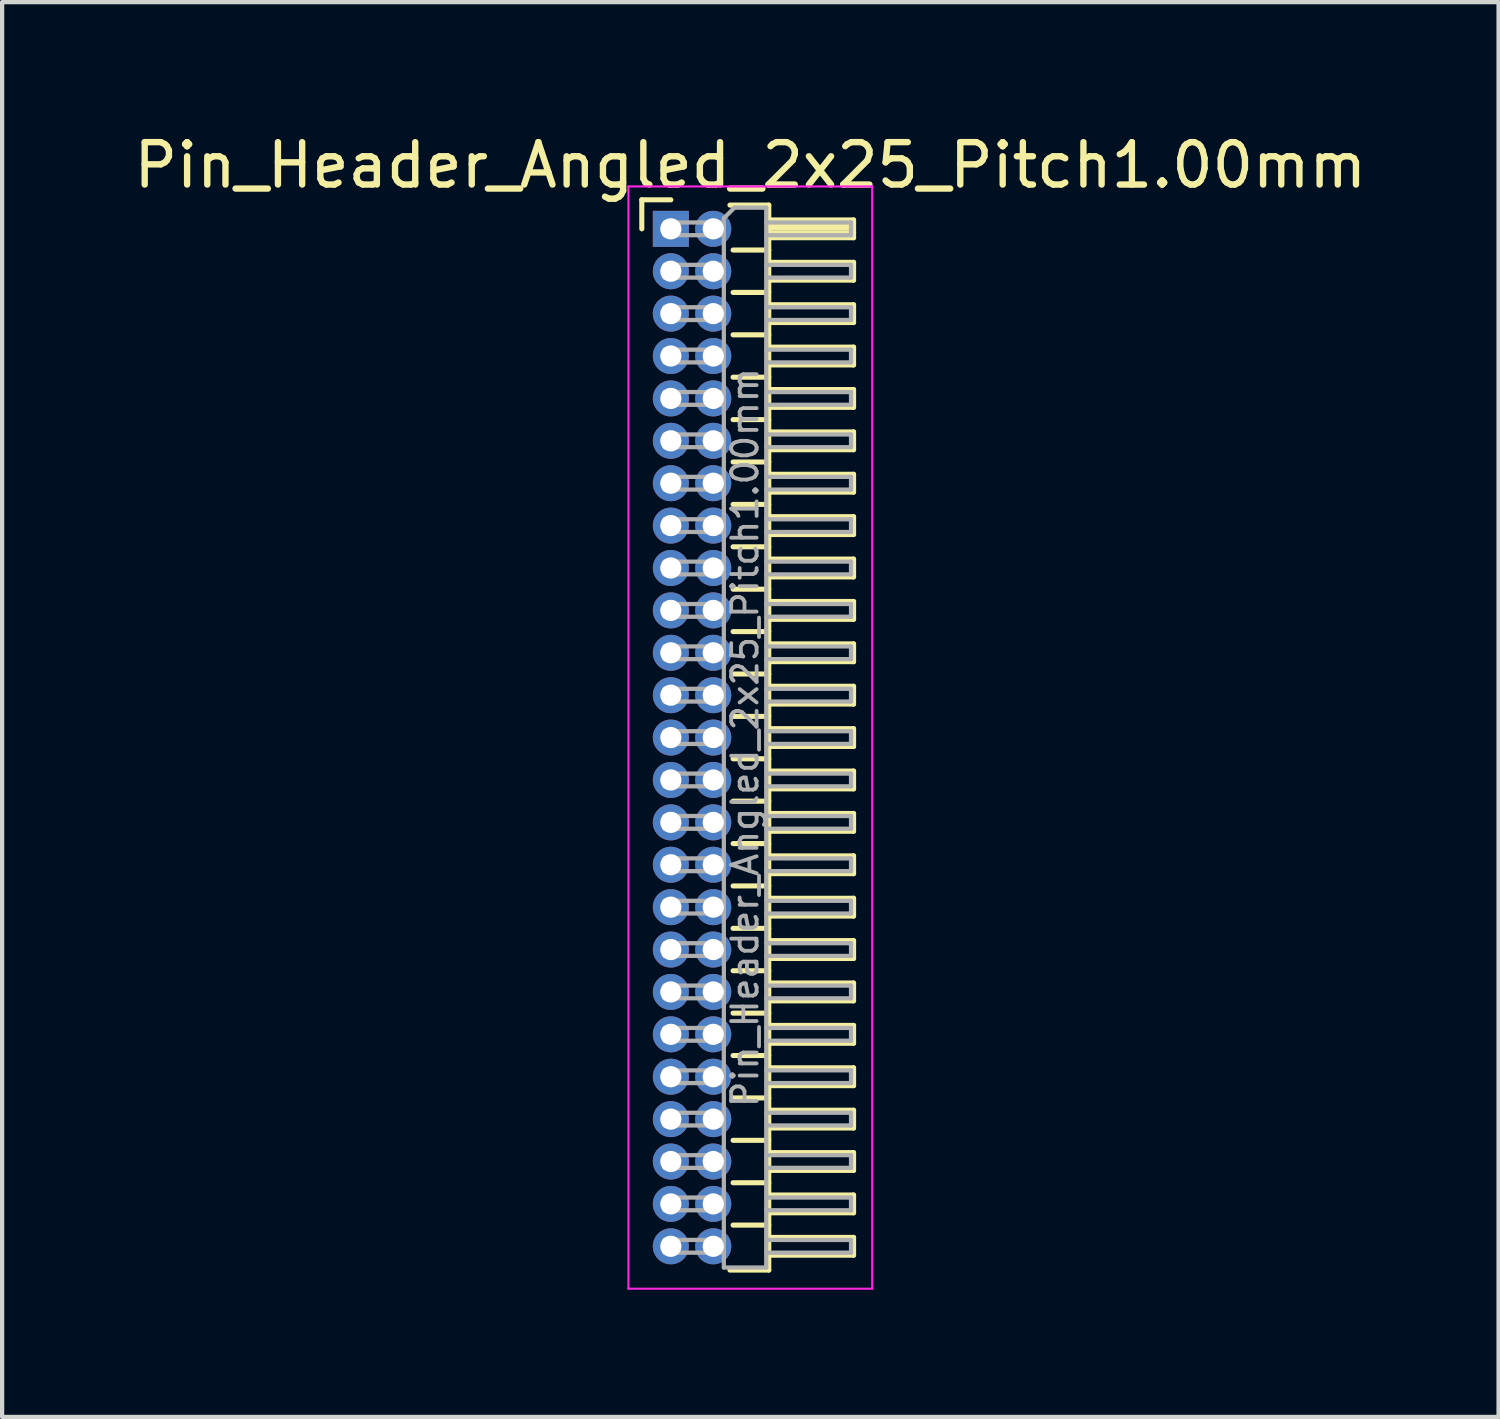
<source format=kicad_pcb>
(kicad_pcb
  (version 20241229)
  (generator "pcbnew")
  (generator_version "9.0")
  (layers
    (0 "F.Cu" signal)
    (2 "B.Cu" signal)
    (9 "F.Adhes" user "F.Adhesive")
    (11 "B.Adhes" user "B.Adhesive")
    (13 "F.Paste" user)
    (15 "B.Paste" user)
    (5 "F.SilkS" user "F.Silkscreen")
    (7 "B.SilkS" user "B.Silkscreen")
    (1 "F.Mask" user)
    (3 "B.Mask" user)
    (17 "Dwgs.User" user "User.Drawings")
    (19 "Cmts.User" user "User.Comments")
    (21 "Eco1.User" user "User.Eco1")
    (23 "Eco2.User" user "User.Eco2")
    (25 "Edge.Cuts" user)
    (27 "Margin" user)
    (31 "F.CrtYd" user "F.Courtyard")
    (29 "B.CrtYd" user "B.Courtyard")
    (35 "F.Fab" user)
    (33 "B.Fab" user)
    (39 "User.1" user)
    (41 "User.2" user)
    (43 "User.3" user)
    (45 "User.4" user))
  (footprint "Pin_Header_Angled_2x25_Pitch1.00mm"
    (layer "F.Cu")
    (at 12.774 2.348)
    (property "Reference" "Pin_Header_Angled_2x25_Pitch1.00mm" (at 1.875 -1.5 0) (layer "F.SilkS") (effects (font (size 1 1) (thickness 0.15))))
    (attr through_hole)
    (fp_line (start -0.685 -0.685) (end 0 -0.685) (stroke (width 0.12) (type solid)) (layer "F.SilkS"))
    (fp_line (start -0.685 0) (end -0.685 -0.685) (stroke (width 0.12) (type solid)) (layer "F.SilkS"))
    (fp_line (start 1.394 -0.56) (end 2.31 -0.56) (stroke (width 0.12) (type solid)) (layer "F.SilkS"))
    (fp_line (start 1.468 0.5) (end 2.31 0.5) (stroke (width 0.12) (type solid)) (layer "F.SilkS"))
    (fp_line (start 1.468 1.5) (end 2.31 1.5) (stroke (width 0.12) (type solid)) (layer "F.SilkS"))
    (fp_line (start 1.468 2.5) (end 2.31 2.5) (stroke (width 0.12) (type solid)) (layer "F.SilkS"))
    (fp_line (start 1.468 3.5) (end 2.31 3.5) (stroke (width 0.12) (type solid)) (layer "F.SilkS"))
    (fp_line (start 1.468 4.5) (end 2.31 4.5) (stroke (width 0.12) (type solid)) (layer "F.SilkS"))
    (fp_line (start 1.468 5.5) (end 2.31 5.5) (stroke (width 0.12) (type solid)) (layer "F.SilkS"))
    (fp_line (start 1.468 6.5) (end 2.31 6.5) (stroke (width 0.12) (type solid)) (layer "F.SilkS"))
    (fp_line (start 1.468 7.5) (end 2.31 7.5) (stroke (width 0.12) (type solid)) (layer "F.SilkS"))
    (fp_line (start 1.468 8.5) (end 2.31 8.5) (stroke (width 0.12) (type solid)) (layer "F.SilkS"))
    (fp_line (start 1.468 9.5) (end 2.31 9.5) (stroke (width 0.12) (type solid)) (layer "F.SilkS"))
    (fp_line (start 1.468 10.5) (end 2.31 10.5) (stroke (width 0.12) (type solid)) (layer "F.SilkS"))
    (fp_line (start 1.468 11.5) (end 2.31 11.5) (stroke (width 0.12) (type solid)) (layer "F.SilkS"))
    (fp_line (start 1.468 12.5) (end 2.31 12.5) (stroke (width 0.12) (type solid)) (layer "F.SilkS"))
    (fp_line (start 1.468 13.5) (end 2.31 13.5) (stroke (width 0.12) (type solid)) (layer "F.SilkS"))
    (fp_line (start 1.468 14.5) (end 2.31 14.5) (stroke (width 0.12) (type solid)) (layer "F.SilkS"))
    (fp_line (start 1.468 15.5) (end 2.31 15.5) (stroke (width 0.12) (type solid)) (layer "F.SilkS"))
    (fp_line (start 1.468 16.5) (end 2.31 16.5) (stroke (width 0.12) (type solid)) (layer "F.SilkS"))
    (fp_line (start 1.468 17.5) (end 2.31 17.5) (stroke (width 0.12) (type solid)) (layer "F.SilkS"))
    (fp_line (start 1.468 18.5) (end 2.31 18.5) (stroke (width 0.12) (type solid)) (layer "F.SilkS"))
    (fp_line (start 1.468 19.5) (end 2.31 19.5) (stroke (width 0.12) (type solid)) (layer "F.SilkS"))
    (fp_line (start 1.468 20.5) (end 2.31 20.5) (stroke (width 0.12) (type solid)) (layer "F.SilkS"))
    (fp_line (start 1.468 21.5) (end 2.31 21.5) (stroke (width 0.12) (type solid)) (layer "F.SilkS"))
    (fp_line (start 1.468 22.5) (end 2.31 22.5) (stroke (width 0.12) (type solid)) (layer "F.SilkS"))
    (fp_line (start 1.468 23.5) (end 2.31 23.5) (stroke (width 0.12) (type solid)) (layer "F.SilkS"))
    (fp_line (start 2.31 -0.56) (end 2.31 24.56) (stroke (width 0.12) (type solid)) (layer "F.SilkS"))
    (fp_line (start 2.31 -0.21) (end 4.31 -0.21) (stroke (width 0.12) (type solid)) (layer "F.SilkS"))
    (fp_line (start 2.31 -0.15) (end 4.31 -0.15) (stroke (width 0.12) (type solid)) (layer "F.SilkS"))
    (fp_line (start 2.31 -0.03) (end 4.31 -0.03) (stroke (width 0.12) (type solid)) (layer "F.SilkS"))
    (fp_line (start 2.31 0.09) (end 4.31 0.09) (stroke (width 0.12) (type solid)) (layer "F.SilkS"))
    (fp_line (start 2.31 0.79) (end 4.31 0.79) (stroke (width 0.12) (type solid)) (layer "F.SilkS"))
    (fp_line (start 2.31 1.79) (end 4.31 1.79) (stroke (width 0.12) (type solid)) (layer "F.SilkS"))
    (fp_line (start 2.31 2.79) (end 4.31 2.79) (stroke (width 0.12) (type solid)) (layer "F.SilkS"))
    (fp_line (start 2.31 3.79) (end 4.31 3.79) (stroke (width 0.12) (type solid)) (layer "F.SilkS"))
    (fp_line (start 2.31 4.79) (end 4.31 4.79) (stroke (width 0.12) (type solid)) (layer "F.SilkS"))
    (fp_line (start 2.31 5.79) (end 4.31 5.79) (stroke (width 0.12) (type solid)) (layer "F.SilkS"))
    (fp_line (start 2.31 6.79) (end 4.31 6.79) (stroke (width 0.12) (type solid)) (layer "F.SilkS"))
    (fp_line (start 2.31 7.79) (end 4.31 7.79) (stroke (width 0.12) (type solid)) (layer "F.SilkS"))
    (fp_line (start 2.31 8.79) (end 4.31 8.79) (stroke (width 0.12) (type solid)) (layer "F.SilkS"))
    (fp_line (start 2.31 9.79) (end 4.31 9.79) (stroke (width 0.12) (type solid)) (layer "F.SilkS"))
    (fp_line (start 2.31 10.79) (end 4.31 10.79) (stroke (width 0.12) (type solid)) (layer "F.SilkS"))
    (fp_line (start 2.31 11.79) (end 4.31 11.79) (stroke (width 0.12) (type solid)) (layer "F.SilkS"))
    (fp_line (start 2.31 12.79) (end 4.31 12.79) (stroke (width 0.12) (type solid)) (layer "F.SilkS"))
    (fp_line (start 2.31 13.79) (end 4.31 13.79) (stroke (width 0.12) (type solid)) (layer "F.SilkS"))
    (fp_line (start 2.31 14.79) (end 4.31 14.79) (stroke (width 0.12) (type solid)) (layer "F.SilkS"))
    (fp_line (start 2.31 15.79) (end 4.31 15.79) (stroke (width 0.12) (type solid)) (layer "F.SilkS"))
    (fp_line (start 2.31 16.79) (end 4.31 16.79) (stroke (width 0.12) (type solid)) (layer "F.SilkS"))
    (fp_line (start 2.31 17.79) (end 4.31 17.79) (stroke (width 0.12) (type solid)) (layer "F.SilkS"))
    (fp_line (start 2.31 18.79) (end 4.31 18.79) (stroke (width 0.12) (type solid)) (layer "F.SilkS"))
    (fp_line (start 2.31 19.79) (end 4.31 19.79) (stroke (width 0.12) (type solid)) (layer "F.SilkS"))
    (fp_line (start 2.31 20.79) (end 4.31 20.79) (stroke (width 0.12) (type solid)) (layer "F.SilkS"))
    (fp_line (start 2.31 21.79) (end 4.31 21.79) (stroke (width 0.12) (type solid)) (layer "F.SilkS"))
    (fp_line (start 2.31 22.79) (end 4.31 22.79) (stroke (width 0.12) (type solid)) (layer "F.SilkS"))
    (fp_line (start 2.31 23.79) (end 4.31 23.79) (stroke (width 0.12) (type solid)) (layer "F.SilkS"))
    (fp_line (start 2.31 24.56) (end 1.394 24.56) (stroke (width 0.12) (type solid)) (layer "F.SilkS"))
    (fp_line (start 4.31 -0.21) (end 4.31 0.21) (stroke (width 0.12) (type solid)) (layer "F.SilkS"))
    (fp_line (start 4.31 0.21) (end 2.31 0.21) (stroke (width 0.12) (type solid)) (layer "F.SilkS"))
    (fp_line (start 4.31 0.79) (end 4.31 1.21) (stroke (width 0.12) (type solid)) (layer "F.SilkS"))
    (fp_line (start 4.31 1.21) (end 2.31 1.21) (stroke (width 0.12) (type solid)) (layer "F.SilkS"))
    (fp_line (start 4.31 1.79) (end 4.31 2.21) (stroke (width 0.12) (type solid)) (layer "F.SilkS"))
    (fp_line (start 4.31 2.21) (end 2.31 2.21) (stroke (width 0.12) (type solid)) (layer "F.SilkS"))
    (fp_line (start 4.31 2.79) (end 4.31 3.21) (stroke (width 0.12) (type solid)) (layer "F.SilkS"))
    (fp_line (start 4.31 3.21) (end 2.31 3.21) (stroke (width 0.12) (type solid)) (layer "F.SilkS"))
    (fp_line (start 4.31 3.79) (end 4.31 4.21) (stroke (width 0.12) (type solid)) (layer "F.SilkS"))
    (fp_line (start 4.31 4.21) (end 2.31 4.21) (stroke (width 0.12) (type solid)) (layer "F.SilkS"))
    (fp_line (start 4.31 4.79) (end 4.31 5.21) (stroke (width 0.12) (type solid)) (layer "F.SilkS"))
    (fp_line (start 4.31 5.21) (end 2.31 5.21) (stroke (width 0.12) (type solid)) (layer "F.SilkS"))
    (fp_line (start 4.31 5.79) (end 4.31 6.21) (stroke (width 0.12) (type solid)) (layer "F.SilkS"))
    (fp_line (start 4.31 6.21) (end 2.31 6.21) (stroke (width 0.12) (type solid)) (layer "F.SilkS"))
    (fp_line (start 4.31 6.79) (end 4.31 7.21) (stroke (width 0.12) (type solid)) (layer "F.SilkS"))
    (fp_line (start 4.31 7.21) (end 2.31 7.21) (stroke (width 0.12) (type solid)) (layer "F.SilkS"))
    (fp_line (start 4.31 7.79) (end 4.31 8.21) (stroke (width 0.12) (type solid)) (layer "F.SilkS"))
    (fp_line (start 4.31 8.21) (end 2.31 8.21) (stroke (width 0.12) (type solid)) (layer "F.SilkS"))
    (fp_line (start 4.31 8.79) (end 4.31 9.21) (stroke (width 0.12) (type solid)) (layer "F.SilkS"))
    (fp_line (start 4.31 9.21) (end 2.31 9.21) (stroke (width 0.12) (type solid)) (layer "F.SilkS"))
    (fp_line (start 4.31 9.79) (end 4.31 10.21) (stroke (width 0.12) (type solid)) (layer "F.SilkS"))
    (fp_line (start 4.31 10.21) (end 2.31 10.21) (stroke (width 0.12) (type solid)) (layer "F.SilkS"))
    (fp_line (start 4.31 10.79) (end 4.31 11.21) (stroke (width 0.12) (type solid)) (layer "F.SilkS"))
    (fp_line (start 4.31 11.21) (end 2.31 11.21) (stroke (width 0.12) (type solid)) (layer "F.SilkS"))
    (fp_line (start 4.31 11.79) (end 4.31 12.21) (stroke (width 0.12) (type solid)) (layer "F.SilkS"))
    (fp_line (start 4.31 12.21) (end 2.31 12.21) (stroke (width 0.12) (type solid)) (layer "F.SilkS"))
    (fp_line (start 4.31 12.79) (end 4.31 13.21) (stroke (width 0.12) (type solid)) (layer "F.SilkS"))
    (fp_line (start 4.31 13.21) (end 2.31 13.21) (stroke (width 0.12) (type solid)) (layer "F.SilkS"))
    (fp_line (start 4.31 13.79) (end 4.31 14.21) (stroke (width 0.12) (type solid)) (layer "F.SilkS"))
    (fp_line (start 4.31 14.21) (end 2.31 14.21) (stroke (width 0.12) (type solid)) (layer "F.SilkS"))
    (fp_line (start 4.31 14.79) (end 4.31 15.21) (stroke (width 0.12) (type solid)) (layer "F.SilkS"))
    (fp_line (start 4.31 15.21) (end 2.31 15.21) (stroke (width 0.12) (type solid)) (layer "F.SilkS"))
    (fp_line (start 4.31 15.79) (end 4.31 16.21) (stroke (width 0.12) (type solid)) (layer "F.SilkS"))
    (fp_line (start 4.31 16.21) (end 2.31 16.21) (stroke (width 0.12) (type solid)) (layer "F.SilkS"))
    (fp_line (start 4.31 16.79) (end 4.31 17.21) (stroke (width 0.12) (type solid)) (layer "F.SilkS"))
    (fp_line (start 4.31 17.21) (end 2.31 17.21) (stroke (width 0.12) (type solid)) (layer "F.SilkS"))
    (fp_line (start 4.31 17.79) (end 4.31 18.21) (stroke (width 0.12) (type solid)) (layer "F.SilkS"))
    (fp_line (start 4.31 18.21) (end 2.31 18.21) (stroke (width 0.12) (type solid)) (layer "F.SilkS"))
    (fp_line (start 4.31 18.79) (end 4.31 19.21) (stroke (width 0.12) (type solid)) (layer "F.SilkS"))
    (fp_line (start 4.31 19.21) (end 2.31 19.21) (stroke (width 0.12) (type solid)) (layer "F.SilkS"))
    (fp_line (start 4.31 19.79) (end 4.31 20.21) (stroke (width 0.12) (type solid)) (layer "F.SilkS"))
    (fp_line (start 4.31 20.21) (end 2.31 20.21) (stroke (width 0.12) (type solid)) (layer "F.SilkS"))
    (fp_line (start 4.31 20.79) (end 4.31 21.21) (stroke (width 0.12) (type solid)) (layer "F.SilkS"))
    (fp_line (start 4.31 21.21) (end 2.31 21.21) (stroke (width 0.12) (type solid)) (layer "F.SilkS"))
    (fp_line (start 4.31 21.79) (end 4.31 22.21) (stroke (width 0.12) (type solid)) (layer "F.SilkS"))
    (fp_line (start 4.31 22.21) (end 2.31 22.21) (stroke (width 0.12) (type solid)) (layer "F.SilkS"))
    (fp_line (start 4.31 22.79) (end 4.31 23.21) (stroke (width 0.12) (type solid)) (layer "F.SilkS"))
    (fp_line (start 4.31 23.21) (end 2.31 23.21) (stroke (width 0.12) (type solid)) (layer "F.SilkS"))
    (fp_line (start 4.31 23.79) (end 4.31 24.21) (stroke (width 0.12) (type solid)) (layer "F.SilkS"))
    (fp_line (start 4.31 24.21) (end 2.31 24.21) (stroke (width 0.12) (type solid)) (layer "F.SilkS"))
    (fp_line (start -1 -1) (end -1 25) (stroke (width 0.05) (type solid)) (layer "F.CrtYd"))
    (fp_line (start -1 25) (end 4.75 25) (stroke (width 0.05) (type solid)) (layer "F.CrtYd"))
    (fp_line (start 4.75 -1) (end -1 -1) (stroke (width 0.05) (type solid)) (layer "F.CrtYd"))
    (fp_line (start 4.75 25) (end 4.75 -1) (stroke (width 0.05) (type solid)) (layer "F.CrtYd"))
    (fp_line (start -0.15 -0.15) (end -0.15 0.15) (stroke (width 0.1) (type solid)) (layer "F.Fab"))
    (fp_line (start -0.15 -0.15) (end 1.25 -0.15) (stroke (width 0.1) (type solid)) (layer "F.Fab"))
    (fp_line (start -0.15 0.15) (end 1.25 0.15) (stroke (width 0.1) (type solid)) (layer "F.Fab"))
    (fp_line (start -0.15 0.85) (end -0.15 1.15) (stroke (width 0.1) (type solid)) (layer "F.Fab"))
    (fp_line (start -0.15 0.85) (end 1.25 0.85) (stroke (width 0.1) (type solid)) (layer "F.Fab"))
    (fp_line (start -0.15 1.15) (end 1.25 1.15) (stroke (width 0.1) (type solid)) (layer "F.Fab"))
    (fp_line (start -0.15 1.85) (end -0.15 2.15) (stroke (width 0.1) (type solid)) (layer "F.Fab"))
    (fp_line (start -0.15 1.85) (end 1.25 1.85) (stroke (width 0.1) (type solid)) (layer "F.Fab"))
    (fp_line (start -0.15 2.15) (end 1.25 2.15) (stroke (width 0.1) (type solid)) (layer "F.Fab"))
    (fp_line (start -0.15 2.85) (end -0.15 3.15) (stroke (width 0.1) (type solid)) (layer "F.Fab"))
    (fp_line (start -0.15 2.85) (end 1.25 2.85) (stroke (width 0.1) (type solid)) (layer "F.Fab"))
    (fp_line (start -0.15 3.15) (end 1.25 3.15) (stroke (width 0.1) (type solid)) (layer "F.Fab"))
    (fp_line (start -0.15 3.85) (end -0.15 4.15) (stroke (width 0.1) (type solid)) (layer "F.Fab"))
    (fp_line (start -0.15 3.85) (end 1.25 3.85) (stroke (width 0.1) (type solid)) (layer "F.Fab"))
    (fp_line (start -0.15 4.15) (end 1.25 4.15) (stroke (width 0.1) (type solid)) (layer "F.Fab"))
    (fp_line (start -0.15 4.85) (end -0.15 5.15) (stroke (width 0.1) (type solid)) (layer "F.Fab"))
    (fp_line (start -0.15 4.85) (end 1.25 4.85) (stroke (width 0.1) (type solid)) (layer "F.Fab"))
    (fp_line (start -0.15 5.15) (end 1.25 5.15) (stroke (width 0.1) (type solid)) (layer "F.Fab"))
    (fp_line (start -0.15 5.85) (end -0.15 6.15) (stroke (width 0.1) (type solid)) (layer "F.Fab"))
    (fp_line (start -0.15 5.85) (end 1.25 5.85) (stroke (width 0.1) (type solid)) (layer "F.Fab"))
    (fp_line (start -0.15 6.15) (end 1.25 6.15) (stroke (width 0.1) (type solid)) (layer "F.Fab"))
    (fp_line (start -0.15 6.85) (end -0.15 7.15) (stroke (width 0.1) (type solid)) (layer "F.Fab"))
    (fp_line (start -0.15 6.85) (end 1.25 6.85) (stroke (width 0.1) (type solid)) (layer "F.Fab"))
    (fp_line (start -0.15 7.15) (end 1.25 7.15) (stroke (width 0.1) (type solid)) (layer "F.Fab"))
    (fp_line (start -0.15 7.85) (end -0.15 8.15) (stroke (width 0.1) (type solid)) (layer "F.Fab"))
    (fp_line (start -0.15 7.85) (end 1.25 7.85) (stroke (width 0.1) (type solid)) (layer "F.Fab"))
    (fp_line (start -0.15 8.15) (end 1.25 8.15) (stroke (width 0.1) (type solid)) (layer "F.Fab"))
    (fp_line (start -0.15 8.85) (end -0.15 9.15) (stroke (width 0.1) (type solid)) (layer "F.Fab"))
    (fp_line (start -0.15 8.85) (end 1.25 8.85) (stroke (width 0.1) (type solid)) (layer "F.Fab"))
    (fp_line (start -0.15 9.15) (end 1.25 9.15) (stroke (width 0.1) (type solid)) (layer "F.Fab"))
    (fp_line (start -0.15 9.85) (end -0.15 10.15) (stroke (width 0.1) (type solid)) (layer "F.Fab"))
    (fp_line (start -0.15 9.85) (end 1.25 9.85) (stroke (width 0.1) (type solid)) (layer "F.Fab"))
    (fp_line (start -0.15 10.15) (end 1.25 10.15) (stroke (width 0.1) (type solid)) (layer "F.Fab"))
    (fp_line (start -0.15 10.85) (end -0.15 11.15) (stroke (width 0.1) (type solid)) (layer "F.Fab"))
    (fp_line (start -0.15 10.85) (end 1.25 10.85) (stroke (width 0.1) (type solid)) (layer "F.Fab"))
    (fp_line (start -0.15 11.15) (end 1.25 11.15) (stroke (width 0.1) (type solid)) (layer "F.Fab"))
    (fp_line (start -0.15 11.85) (end -0.15 12.15) (stroke (width 0.1) (type solid)) (layer "F.Fab"))
    (fp_line (start -0.15 11.85) (end 1.25 11.85) (stroke (width 0.1) (type solid)) (layer "F.Fab"))
    (fp_line (start -0.15 12.15) (end 1.25 12.15) (stroke (width 0.1) (type solid)) (layer "F.Fab"))
    (fp_line (start -0.15 12.85) (end -0.15 13.15) (stroke (width 0.1) (type solid)) (layer "F.Fab"))
    (fp_line (start -0.15 12.85) (end 1.25 12.85) (stroke (width 0.1) (type solid)) (layer "F.Fab"))
    (fp_line (start -0.15 13.15) (end 1.25 13.15) (stroke (width 0.1) (type solid)) (layer "F.Fab"))
    (fp_line (start -0.15 13.85) (end -0.15 14.15) (stroke (width 0.1) (type solid)) (layer "F.Fab"))
    (fp_line (start -0.15 13.85) (end 1.25 13.85) (stroke (width 0.1) (type solid)) (layer "F.Fab"))
    (fp_line (start -0.15 14.15) (end 1.25 14.15) (stroke (width 0.1) (type solid)) (layer "F.Fab"))
    (fp_line (start -0.15 14.85) (end -0.15 15.15) (stroke (width 0.1) (type solid)) (layer "F.Fab"))
    (fp_line (start -0.15 14.85) (end 1.25 14.85) (stroke (width 0.1) (type solid)) (layer "F.Fab"))
    (fp_line (start -0.15 15.15) (end 1.25 15.15) (stroke (width 0.1) (type solid)) (layer "F.Fab"))
    (fp_line (start -0.15 15.85) (end -0.15 16.15) (stroke (width 0.1) (type solid)) (layer "F.Fab"))
    (fp_line (start -0.15 15.85) (end 1.25 15.85) (stroke (width 0.1) (type solid)) (layer "F.Fab"))
    (fp_line (start -0.15 16.15) (end 1.25 16.15) (stroke (width 0.1) (type solid)) (layer "F.Fab"))
    (fp_line (start -0.15 16.85) (end -0.15 17.15) (stroke (width 0.1) (type solid)) (layer "F.Fab"))
    (fp_line (start -0.15 16.85) (end 1.25 16.85) (stroke (width 0.1) (type solid)) (layer "F.Fab"))
    (fp_line (start -0.15 17.15) (end 1.25 17.15) (stroke (width 0.1) (type solid)) (layer "F.Fab"))
    (fp_line (start -0.15 17.85) (end -0.15 18.15) (stroke (width 0.1) (type solid)) (layer "F.Fab"))
    (fp_line (start -0.15 17.85) (end 1.25 17.85) (stroke (width 0.1) (type solid)) (layer "F.Fab"))
    (fp_line (start -0.15 18.15) (end 1.25 18.15) (stroke (width 0.1) (type solid)) (layer "F.Fab"))
    (fp_line (start -0.15 18.85) (end -0.15 19.15) (stroke (width 0.1) (type solid)) (layer "F.Fab"))
    (fp_line (start -0.15 18.85) (end 1.25 18.85) (stroke (width 0.1) (type solid)) (layer "F.Fab"))
    (fp_line (start -0.15 19.15) (end 1.25 19.15) (stroke (width 0.1) (type solid)) (layer "F.Fab"))
    (fp_line (start -0.15 19.85) (end -0.15 20.15) (stroke (width 0.1) (type solid)) (layer "F.Fab"))
    (fp_line (start -0.15 19.85) (end 1.25 19.85) (stroke (width 0.1) (type solid)) (layer "F.Fab"))
    (fp_line (start -0.15 20.15) (end 1.25 20.15) (stroke (width 0.1) (type solid)) (layer "F.Fab"))
    (fp_line (start -0.15 20.85) (end -0.15 21.15) (stroke (width 0.1) (type solid)) (layer "F.Fab"))
    (fp_line (start -0.15 20.85) (end 1.25 20.85) (stroke (width 0.1) (type solid)) (layer "F.Fab"))
    (fp_line (start -0.15 21.15) (end 1.25 21.15) (stroke (width 0.1) (type solid)) (layer "F.Fab"))
    (fp_line (start -0.15 21.85) (end -0.15 22.15) (stroke (width 0.1) (type solid)) (layer "F.Fab"))
    (fp_line (start -0.15 21.85) (end 1.25 21.85) (stroke (width 0.1) (type solid)) (layer "F.Fab"))
    (fp_line (start -0.15 22.15) (end 1.25 22.15) (stroke (width 0.1) (type solid)) (layer "F.Fab"))
    (fp_line (start -0.15 22.85) (end -0.15 23.15) (stroke (width 0.1) (type solid)) (layer "F.Fab"))
    (fp_line (start -0.15 22.85) (end 1.25 22.85) (stroke (width 0.1) (type solid)) (layer "F.Fab"))
    (fp_line (start -0.15 23.15) (end 1.25 23.15) (stroke (width 0.1) (type solid)) (layer "F.Fab"))
    (fp_line (start -0.15 23.85) (end -0.15 24.15) (stroke (width 0.1) (type solid)) (layer "F.Fab"))
    (fp_line (start -0.15 23.85) (end 1.25 23.85) (stroke (width 0.1) (type solid)) (layer "F.Fab"))
    (fp_line (start -0.15 24.15) (end 1.25 24.15) (stroke (width 0.1) (type solid)) (layer "F.Fab"))
    (fp_line (start 1.25 -0.25) (end 1.5 -0.5) (stroke (width 0.1) (type solid)) (layer "F.Fab"))
    (fp_line (start 1.25 24.5) (end 1.25 -0.25) (stroke (width 0.1) (type solid)) (layer "F.Fab"))
    (fp_line (start 1.5 -0.5) (end 2.25 -0.5) (stroke (width 0.1) (type solid)) (layer "F.Fab"))
    (fp_line (start 2.25 -0.5) (end 2.25 24.5) (stroke (width 0.1) (type solid)) (layer "F.Fab"))
    (fp_line (start 2.25 -0.15) (end 4.25 -0.15) (stroke (width 0.1) (type solid)) (layer "F.Fab"))
    (fp_line (start 2.25 0.15) (end 4.25 0.15) (stroke (width 0.1) (type solid)) (layer "F.Fab"))
    (fp_line (start 2.25 0.85) (end 4.25 0.85) (stroke (width 0.1) (type solid)) (layer "F.Fab"))
    (fp_line (start 2.25 1.15) (end 4.25 1.15) (stroke (width 0.1) (type solid)) (layer "F.Fab"))
    (fp_line (start 2.25 1.85) (end 4.25 1.85) (stroke (width 0.1) (type solid)) (layer "F.Fab"))
    (fp_line (start 2.25 2.15) (end 4.25 2.15) (stroke (width 0.1) (type solid)) (layer "F.Fab"))
    (fp_line (start 2.25 2.85) (end 4.25 2.85) (stroke (width 0.1) (type solid)) (layer "F.Fab"))
    (fp_line (start 2.25 3.15) (end 4.25 3.15) (stroke (width 0.1) (type solid)) (layer "F.Fab"))
    (fp_line (start 2.25 3.85) (end 4.25 3.85) (stroke (width 0.1) (type solid)) (layer "F.Fab"))
    (fp_line (start 2.25 4.15) (end 4.25 4.15) (stroke (width 0.1) (type solid)) (layer "F.Fab"))
    (fp_line (start 2.25 4.85) (end 4.25 4.85) (stroke (width 0.1) (type solid)) (layer "F.Fab"))
    (fp_line (start 2.25 5.15) (end 4.25 5.15) (stroke (width 0.1) (type solid)) (layer "F.Fab"))
    (fp_line (start 2.25 5.85) (end 4.25 5.85) (stroke (width 0.1) (type solid)) (layer "F.Fab"))
    (fp_line (start 2.25 6.15) (end 4.25 6.15) (stroke (width 0.1) (type solid)) (layer "F.Fab"))
    (fp_line (start 2.25 6.85) (end 4.25 6.85) (stroke (width 0.1) (type solid)) (layer "F.Fab"))
    (fp_line (start 2.25 7.15) (end 4.25 7.15) (stroke (width 0.1) (type solid)) (layer "F.Fab"))
    (fp_line (start 2.25 7.85) (end 4.25 7.85) (stroke (width 0.1) (type solid)) (layer "F.Fab"))
    (fp_line (start 2.25 8.15) (end 4.25 8.15) (stroke (width 0.1) (type solid)) (layer "F.Fab"))
    (fp_line (start 2.25 8.85) (end 4.25 8.85) (stroke (width 0.1) (type solid)) (layer "F.Fab"))
    (fp_line (start 2.25 9.15) (end 4.25 9.15) (stroke (width 0.1) (type solid)) (layer "F.Fab"))
    (fp_line (start 2.25 9.85) (end 4.25 9.85) (stroke (width 0.1) (type solid)) (layer "F.Fab"))
    (fp_line (start 2.25 10.15) (end 4.25 10.15) (stroke (width 0.1) (type solid)) (layer "F.Fab"))
    (fp_line (start 2.25 10.85) (end 4.25 10.85) (stroke (width 0.1) (type solid)) (layer "F.Fab"))
    (fp_line (start 2.25 11.15) (end 4.25 11.15) (stroke (width 0.1) (type solid)) (layer "F.Fab"))
    (fp_line (start 2.25 11.85) (end 4.25 11.85) (stroke (width 0.1) (type solid)) (layer "F.Fab"))
    (fp_line (start 2.25 12.15) (end 4.25 12.15) (stroke (width 0.1) (type solid)) (layer "F.Fab"))
    (fp_line (start 2.25 12.85) (end 4.25 12.85) (stroke (width 0.1) (type solid)) (layer "F.Fab"))
    (fp_line (start 2.25 13.15) (end 4.25 13.15) (stroke (width 0.1) (type solid)) (layer "F.Fab"))
    (fp_line (start 2.25 13.85) (end 4.25 13.85) (stroke (width 0.1) (type solid)) (layer "F.Fab"))
    (fp_line (start 2.25 14.15) (end 4.25 14.15) (stroke (width 0.1) (type solid)) (layer "F.Fab"))
    (fp_line (start 2.25 14.85) (end 4.25 14.85) (stroke (width 0.1) (type solid)) (layer "F.Fab"))
    (fp_line (start 2.25 15.15) (end 4.25 15.15) (stroke (width 0.1) (type solid)) (layer "F.Fab"))
    (fp_line (start 2.25 15.85) (end 4.25 15.85) (stroke (width 0.1) (type solid)) (layer "F.Fab"))
    (fp_line (start 2.25 16.15) (end 4.25 16.15) (stroke (width 0.1) (type solid)) (layer "F.Fab"))
    (fp_line (start 2.25 16.85) (end 4.25 16.85) (stroke (width 0.1) (type solid)) (layer "F.Fab"))
    (fp_line (start 2.25 17.15) (end 4.25 17.15) (stroke (width 0.1) (type solid)) (layer "F.Fab"))
    (fp_line (start 2.25 17.85) (end 4.25 17.85) (stroke (width 0.1) (type solid)) (layer "F.Fab"))
    (fp_line (start 2.25 18.15) (end 4.25 18.15) (stroke (width 0.1) (type solid)) (layer "F.Fab"))
    (fp_line (start 2.25 18.85) (end 4.25 18.85) (stroke (width 0.1) (type solid)) (layer "F.Fab"))
    (fp_line (start 2.25 19.15) (end 4.25 19.15) (stroke (width 0.1) (type solid)) (layer "F.Fab"))
    (fp_line (start 2.25 19.85) (end 4.25 19.85) (stroke (width 0.1) (type solid)) (layer "F.Fab"))
    (fp_line (start 2.25 20.15) (end 4.25 20.15) (stroke (width 0.1) (type solid)) (layer "F.Fab"))
    (fp_line (start 2.25 20.85) (end 4.25 20.85) (stroke (width 0.1) (type solid)) (layer "F.Fab"))
    (fp_line (start 2.25 21.15) (end 4.25 21.15) (stroke (width 0.1) (type solid)) (layer "F.Fab"))
    (fp_line (start 2.25 21.85) (end 4.25 21.85) (stroke (width 0.1) (type solid)) (layer "F.Fab"))
    (fp_line (start 2.25 22.15) (end 4.25 22.15) (stroke (width 0.1) (type solid)) (layer "F.Fab"))
    (fp_line (start 2.25 22.85) (end 4.25 22.85) (stroke (width 0.1) (type solid)) (layer "F.Fab"))
    (fp_line (start 2.25 23.15) (end 4.25 23.15) (stroke (width 0.1) (type solid)) (layer "F.Fab"))
    (fp_line (start 2.25 23.85) (end 4.25 23.85) (stroke (width 0.1) (type solid)) (layer "F.Fab"))
    (fp_line (start 2.25 24.15) (end 4.25 24.15) (stroke (width 0.1) (type solid)) (layer "F.Fab"))
    (fp_line (start 2.25 24.5) (end 1.25 24.5) (stroke (width 0.1) (type solid)) (layer "F.Fab"))
    (fp_line (start 4.25 -0.15) (end 4.25 0.15) (stroke (width 0.1) (type solid)) (layer "F.Fab"))
    (fp_line (start 4.25 0.85) (end 4.25 1.15) (stroke (width 0.1) (type solid)) (layer "F.Fab"))
    (fp_line (start 4.25 1.85) (end 4.25 2.15) (stroke (width 0.1) (type solid)) (layer "F.Fab"))
    (fp_line (start 4.25 2.85) (end 4.25 3.15) (stroke (width 0.1) (type solid)) (layer "F.Fab"))
    (fp_line (start 4.25 3.85) (end 4.25 4.15) (stroke (width 0.1) (type solid)) (layer "F.Fab"))
    (fp_line (start 4.25 4.85) (end 4.25 5.15) (stroke (width 0.1) (type solid)) (layer "F.Fab"))
    (fp_line (start 4.25 5.85) (end 4.25 6.15) (stroke (width 0.1) (type solid)) (layer "F.Fab"))
    (fp_line (start 4.25 6.85) (end 4.25 7.15) (stroke (width 0.1) (type solid)) (layer "F.Fab"))
    (fp_line (start 4.25 7.85) (end 4.25 8.15) (stroke (width 0.1) (type solid)) (layer "F.Fab"))
    (fp_line (start 4.25 8.85) (end 4.25 9.15) (stroke (width 0.1) (type solid)) (layer "F.Fab"))
    (fp_line (start 4.25 9.85) (end 4.25 10.15) (stroke (width 0.1) (type solid)) (layer "F.Fab"))
    (fp_line (start 4.25 10.85) (end 4.25 11.15) (stroke (width 0.1) (type solid)) (layer "F.Fab"))
    (fp_line (start 4.25 11.85) (end 4.25 12.15) (stroke (width 0.1) (type solid)) (layer "F.Fab"))
    (fp_line (start 4.25 12.85) (end 4.25 13.15) (stroke (width 0.1) (type solid)) (layer "F.Fab"))
    (fp_line (start 4.25 13.85) (end 4.25 14.15) (stroke (width 0.1) (type solid)) (layer "F.Fab"))
    (fp_line (start 4.25 14.85) (end 4.25 15.15) (stroke (width 0.1) (type solid)) (layer "F.Fab"))
    (fp_line (start 4.25 15.85) (end 4.25 16.15) (stroke (width 0.1) (type solid)) (layer "F.Fab"))
    (fp_line (start 4.25 16.85) (end 4.25 17.15) (stroke (width 0.1) (type solid)) (layer "F.Fab"))
    (fp_line (start 4.25 17.85) (end 4.25 18.15) (stroke (width 0.1) (type solid)) (layer "F.Fab"))
    (fp_line (start 4.25 18.85) (end 4.25 19.15) (stroke (width 0.1) (type solid)) (layer "F.Fab"))
    (fp_line (start 4.25 19.85) (end 4.25 20.15) (stroke (width 0.1) (type solid)) (layer "F.Fab"))
    (fp_line (start 4.25 20.85) (end 4.25 21.15) (stroke (width 0.1) (type solid)) (layer "F.Fab"))
    (fp_line (start 4.25 21.85) (end 4.25 22.15) (stroke (width 0.1) (type solid)) (layer "F.Fab"))
    (fp_line (start 4.25 22.85) (end 4.25 23.15) (stroke (width 0.1) (type solid)) (layer "F.Fab"))
    (fp_line (start 4.25 23.85) (end 4.25 24.15) (stroke (width 0.1) (type solid)) (layer "F.Fab"))
    (fp_text user "${REFERENCE}" (at 1.75 12 90) (layer "F.Fab") (effects (font (size 0.6 0.6) (thickness 0.09))))
    (pad "1" thru_hole rect (at 0 0) (size 0.85 0.85) (drill 0.5) (layers "*.Cu" "*.Mask"))
    (pad "2" thru_hole oval (at 1 0) (size 0.85 0.85) (drill 0.5) (layers "*.Cu" "*.Mask"))
    (pad "3" thru_hole oval (at 0 1) (size 0.85 0.85) (drill 0.5) (layers "*.Cu" "*.Mask"))
    (pad "4" thru_hole oval (at 1 1) (size 0.85 0.85) (drill 0.5) (layers "*.Cu" "*.Mask"))
    (pad "5" thru_hole oval (at 0 2) (size 0.85 0.85) (drill 0.5) (layers "*.Cu" "*.Mask"))
    (pad "6" thru_hole oval (at 1 2) (size 0.85 0.85) (drill 0.5) (layers "*.Cu" "*.Mask"))
    (pad "7" thru_hole oval (at 0 3) (size 0.85 0.85) (drill 0.5) (layers "*.Cu" "*.Mask"))
    (pad "8" thru_hole oval (at 1 3) (size 0.85 0.85) (drill 0.5) (layers "*.Cu" "*.Mask"))
    (pad "9" thru_hole oval (at 0 4) (size 0.85 0.85) (drill 0.5) (layers "*.Cu" "*.Mask"))
    (pad "10" thru_hole oval (at 1 4) (size 0.85 0.85) (drill 0.5) (layers "*.Cu" "*.Mask"))
    (pad "11" thru_hole oval (at 0 5) (size 0.85 0.85) (drill 0.5) (layers "*.Cu" "*.Mask"))
    (pad "12" thru_hole oval (at 1 5) (size 0.85 0.85) (drill 0.5) (layers "*.Cu" "*.Mask"))
    (pad "13" thru_hole oval (at 0 6) (size 0.85 0.85) (drill 0.5) (layers "*.Cu" "*.Mask"))
    (pad "14" thru_hole oval (at 1 6) (size 0.85 0.85) (drill 0.5) (layers "*.Cu" "*.Mask"))
    (pad "15" thru_hole oval (at 0 7) (size 0.85 0.85) (drill 0.5) (layers "*.Cu" "*.Mask"))
    (pad "16" thru_hole oval (at 1 7) (size 0.85 0.85) (drill 0.5) (layers "*.Cu" "*.Mask"))
    (pad "17" thru_hole oval (at 0 8) (size 0.85 0.85) (drill 0.5) (layers "*.Cu" "*.Mask"))
    (pad "18" thru_hole oval (at 1 8) (size 0.85 0.85) (drill 0.5) (layers "*.Cu" "*.Mask"))
    (pad "19" thru_hole oval (at 0 9) (size 0.85 0.85) (drill 0.5) (layers "*.Cu" "*.Mask"))
    (pad "20" thru_hole oval (at 1 9) (size 0.85 0.85) (drill 0.5) (layers "*.Cu" "*.Mask"))
    (pad "21" thru_hole oval (at 0 10) (size 0.85 0.85) (drill 0.5) (layers "*.Cu" "*.Mask"))
    (pad "22" thru_hole oval (at 1 10) (size 0.85 0.85) (drill 0.5) (layers "*.Cu" "*.Mask"))
    (pad "23" thru_hole oval (at 0 11) (size 0.85 0.85) (drill 0.5) (layers "*.Cu" "*.Mask"))
    (pad "24" thru_hole oval (at 1 11) (size 0.85 0.85) (drill 0.5) (layers "*.Cu" "*.Mask"))
    (pad "25" thru_hole oval (at 0 12) (size 0.85 0.85) (drill 0.5) (layers "*.Cu" "*.Mask"))
    (pad "26" thru_hole oval (at 1 12) (size 0.85 0.85) (drill 0.5) (layers "*.Cu" "*.Mask"))
    (pad "27" thru_hole oval (at 0 13) (size 0.85 0.85) (drill 0.5) (layers "*.Cu" "*.Mask"))
    (pad "28" thru_hole oval (at 1 13) (size 0.85 0.85) (drill 0.5) (layers "*.Cu" "*.Mask"))
    (pad "29" thru_hole oval (at 0 14) (size 0.85 0.85) (drill 0.5) (layers "*.Cu" "*.Mask"))
    (pad "30" thru_hole oval (at 1 14) (size 0.85 0.85) (drill 0.5) (layers "*.Cu" "*.Mask"))
    (pad "31" thru_hole oval (at 0 15) (size 0.85 0.85) (drill 0.5) (layers "*.Cu" "*.Mask"))
    (pad "32" thru_hole oval (at 1 15) (size 0.85 0.85) (drill 0.5) (layers "*.Cu" "*.Mask"))
    (pad "33" thru_hole oval (at 0 16) (size 0.85 0.85) (drill 0.5) (layers "*.Cu" "*.Mask"))
    (pad "34" thru_hole oval (at 1 16) (size 0.85 0.85) (drill 0.5) (layers "*.Cu" "*.Mask"))
    (pad "35" thru_hole oval (at 0 17) (size 0.85 0.85) (drill 0.5) (layers "*.Cu" "*.Mask"))
    (pad "36" thru_hole oval (at 1 17) (size 0.85 0.85) (drill 0.5) (layers "*.Cu" "*.Mask"))
    (pad "37" thru_hole oval (at 0 18) (size 0.85 0.85) (drill 0.5) (layers "*.Cu" "*.Mask"))
    (pad "38" thru_hole oval (at 1 18) (size 0.85 0.85) (drill 0.5) (layers "*.Cu" "*.Mask"))
    (pad "39" thru_hole oval (at 0 19) (size 0.85 0.85) (drill 0.5) (layers "*.Cu" "*.Mask"))
    (pad "40" thru_hole oval (at 1 19) (size 0.85 0.85) (drill 0.5) (layers "*.Cu" "*.Mask"))
    (pad "41" thru_hole oval (at 0 20) (size 0.85 0.85) (drill 0.5) (layers "*.Cu" "*.Mask"))
    (pad "42" thru_hole oval (at 1 20) (size 0.85 0.85) (drill 0.5) (layers "*.Cu" "*.Mask"))
    (pad "43" thru_hole oval (at 0 21) (size 0.85 0.85) (drill 0.5) (layers "*.Cu" "*.Mask"))
    (pad "44" thru_hole oval (at 1 21) (size 0.85 0.85) (drill 0.5) (layers "*.Cu" "*.Mask"))
    (pad "45" thru_hole oval (at 0 22) (size 0.85 0.85) (drill 0.5) (layers "*.Cu" "*.Mask"))
    (pad "46" thru_hole oval (at 1 22) (size 0.85 0.85) (drill 0.5) (layers "*.Cu" "*.Mask"))
    (pad "47" thru_hole oval (at 0 23) (size 0.85 0.85) (drill 0.5) (layers "*.Cu" "*.Mask"))
    (pad "48" thru_hole oval (at 1 23) (size 0.85 0.85) (drill 0.5) (layers "*.Cu" "*.Mask"))
    (pad "49" thru_hole oval (at 0 24) (size 0.85 0.85) (drill 0.5) (layers "*.Cu" "*.Mask"))
    (pad "50" thru_hole oval (at 1 24) (size 0.85 0.85) (drill 0.5) (layers "*.Cu" "*.Mask")))
  (gr_rect
    (start -3 -3)
    (end 32.298 30.373)
    (stroke (width 0.1) (type default))
    (fill no)
    (layer "Edge.Cuts")))
</source>
